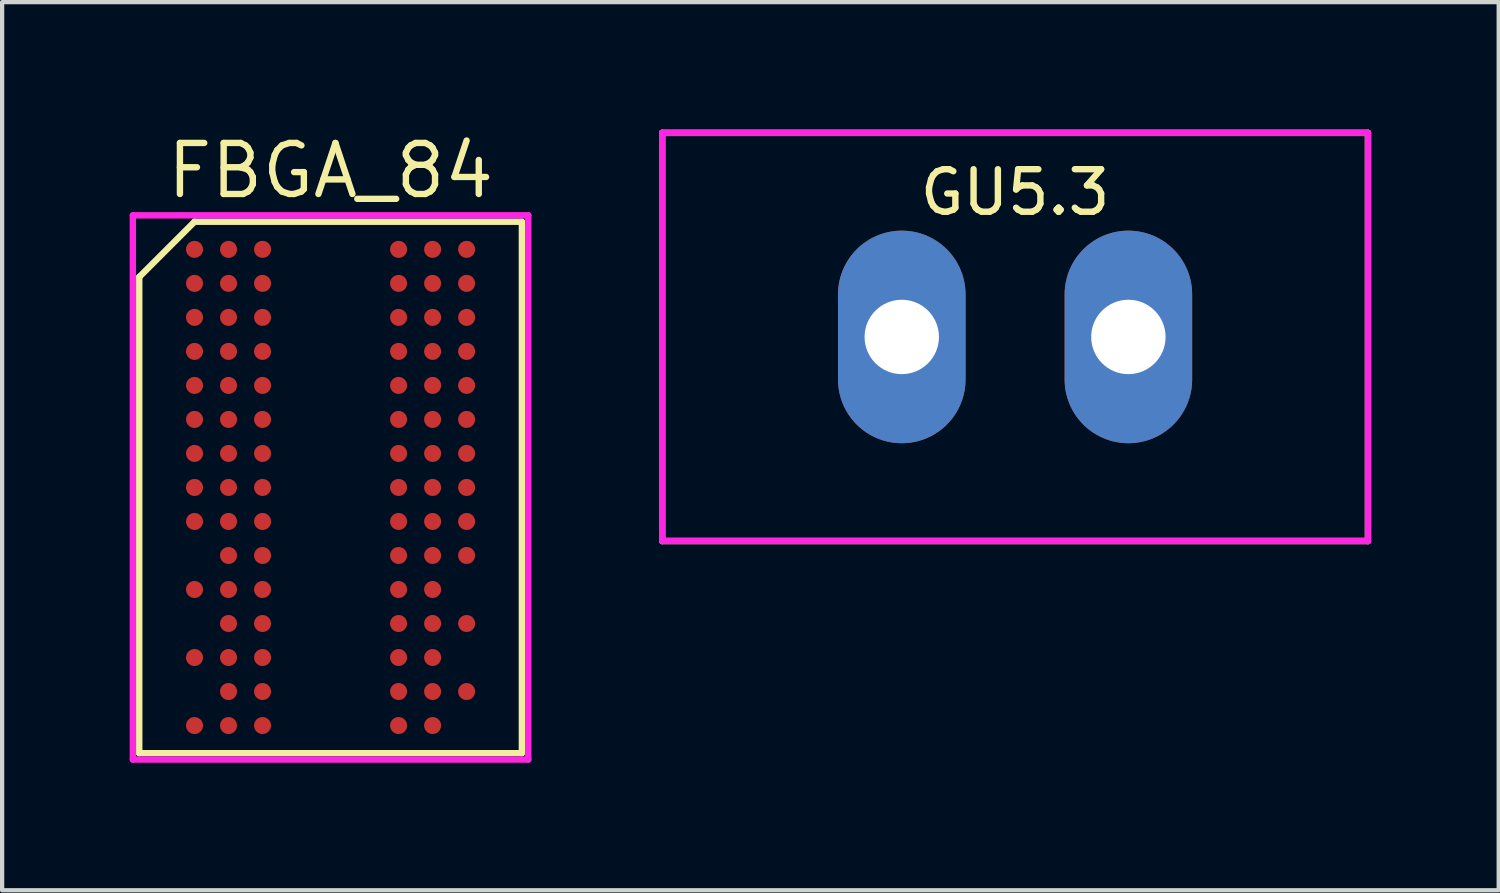
<source format=kicad_pcb>
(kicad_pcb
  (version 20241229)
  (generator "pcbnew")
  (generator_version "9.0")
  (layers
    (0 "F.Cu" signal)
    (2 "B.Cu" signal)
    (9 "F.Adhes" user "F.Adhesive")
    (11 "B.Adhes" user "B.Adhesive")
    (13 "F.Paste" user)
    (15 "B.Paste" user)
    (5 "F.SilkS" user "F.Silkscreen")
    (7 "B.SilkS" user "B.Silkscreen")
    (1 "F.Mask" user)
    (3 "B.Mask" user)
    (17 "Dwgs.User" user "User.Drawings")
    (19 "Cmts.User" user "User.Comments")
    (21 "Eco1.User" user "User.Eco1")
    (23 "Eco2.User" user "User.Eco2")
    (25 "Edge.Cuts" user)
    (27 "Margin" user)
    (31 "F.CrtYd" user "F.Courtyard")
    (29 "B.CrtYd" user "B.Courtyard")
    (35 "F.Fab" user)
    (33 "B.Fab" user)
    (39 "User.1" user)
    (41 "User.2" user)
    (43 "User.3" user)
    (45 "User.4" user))
  (footprint "FBGA_84"
    (layer "F.Cu")
    (at 4.725 8.415)
    (property "Reference" "FBGA_84" (at 0 -7.45 0) (layer "F.SilkS") (effects (font (size 1.2 1.2) (thickness 0.15))))
    (attr through_hole)
    (fp_line (start -4.5 -4.95) (end -4.5 6.25) (stroke (width 0.15) (type solid)) (layer "F.SilkS"))
    (fp_line (start -4.5 6.25) (end 4.5 6.25) (stroke (width 0.15) (type solid)) (layer "F.SilkS"))
    (fp_line (start -3.2 -6.25) (end -4.5 -4.95) (stroke (width 0.15) (type solid)) (layer "F.SilkS"))
    (fp_line (start 4.5 -6.25) (end -3.2 -6.25) (stroke (width 0.15) (type solid)) (layer "F.SilkS"))
    (fp_line (start 4.5 6.25) (end 4.5 -6.25) (stroke (width 0.15) (type solid)) (layer "F.SilkS"))
    (fp_line (start -4.65 -6.4) (end 4.65 -6.4) (stroke (width 0.15) (type solid)) (layer "F.CrtYd"))
    (fp_line (start -4.65 6.4) (end -4.65 -6.4) (stroke (width 0.15) (type solid)) (layer "F.CrtYd"))
    (fp_line (start 4.65 -6.4) (end 4.65 6.4) (stroke (width 0.15) (type solid)) (layer "F.CrtYd"))
    (fp_line (start 4.65 6.4) (end -4.65 6.4) (stroke (width 0.15) (type solid)) (layer "F.CrtYd"))
    (pad "A1" smd circle (at -3.2 -5.6) (size 0.4 0.4) (layers "F.Cu" "F.Mask" "F.Paste"))
    (pad "A2" smd circle (at -2.4 -5.6) (size 0.4 0.4) (layers "F.Cu" "F.Mask" "F.Paste"))
    (pad "A3" smd circle (at -1.6 -5.6) (size 0.4 0.4) (layers "F.Cu" "F.Mask" "F.Paste"))
    (pad "A7" smd circle (at 1.6 -5.6) (size 0.4 0.4) (layers "F.Cu" "F.Mask" "F.Paste"))
    (pad "A8" smd circle (at 2.4 -5.6) (size 0.4 0.4) (layers "F.Cu" "F.Mask" "F.Paste"))
    (pad "A9" smd circle (at 3.2 -5.6) (size 0.4 0.4) (layers "F.Cu" "F.Mask" "F.Paste"))
    (pad "B1" smd circle (at -3.2 -4.8) (size 0.4 0.4) (layers "F.Cu" "F.Mask" "F.Paste"))
    (pad "B2" smd circle (at -2.4 -4.8) (size 0.4 0.4) (layers "F.Cu" "F.Mask" "F.Paste"))
    (pad "B3" smd circle (at -1.6 -4.8) (size 0.4 0.4) (layers "F.Cu" "F.Mask" "F.Paste"))
    (pad "B7" smd circle (at 1.6 -4.8) (size 0.4 0.4) (layers "F.Cu" "F.Mask" "F.Paste"))
    (pad "B8" smd circle (at 2.4 -4.8) (size 0.4 0.4) (layers "F.Cu" "F.Mask" "F.Paste"))
    (pad "B9" smd circle (at 3.2 -4.8) (size 0.4 0.4) (layers "F.Cu" "F.Mask" "F.Paste"))
    (pad "C1" smd circle (at -3.2 -4) (size 0.4 0.4) (layers "F.Cu" "F.Mask" "F.Paste"))
    (pad "C2" smd circle (at -2.4 -4) (size 0.4 0.4) (layers "F.Cu" "F.Mask" "F.Paste"))
    (pad "C3" smd circle (at -1.6 -4) (size 0.4 0.4) (layers "F.Cu" "F.Mask" "F.Paste"))
    (pad "C7" smd circle (at 1.6 -4) (size 0.4 0.4) (layers "F.Cu" "F.Mask" "F.Paste"))
    (pad "C8" smd circle (at 2.4 -4) (size 0.4 0.4) (layers "F.Cu" "F.Mask" "F.Paste"))
    (pad "C9" smd circle (at 3.2 -4) (size 0.4 0.4) (layers "F.Cu" "F.Mask" "F.Paste"))
    (pad "D1" smd circle (at -3.2 -3.2) (size 0.4 0.4) (layers "F.Cu" "F.Mask" "F.Paste"))
    (pad "D2" smd circle (at -2.4 -3.2) (size 0.4 0.4) (layers "F.Cu" "F.Mask" "F.Paste"))
    (pad "D3" smd circle (at -1.6 -3.2) (size 0.4 0.4) (layers "F.Cu" "F.Mask" "F.Paste"))
    (pad "D7" smd circle (at 1.6 -3.2) (size 0.4 0.4) (layers "F.Cu" "F.Mask" "F.Paste"))
    (pad "D8" smd circle (at 2.4 -3.2) (size 0.4 0.4) (layers "F.Cu" "F.Mask" "F.Paste"))
    (pad "D9" smd circle (at 3.2 -3.2) (size 0.4 0.4) (layers "F.Cu" "F.Mask" "F.Paste"))
    (pad "E1" smd circle (at -3.2 -2.4) (size 0.4 0.4) (layers "F.Cu" "F.Mask" "F.Paste"))
    (pad "E2" smd circle (at -2.4 -2.4) (size 0.4 0.4) (layers "F.Cu" "F.Mask" "F.Paste"))
    (pad "E3" smd circle (at -1.6 -2.4) (size 0.4 0.4) (layers "F.Cu" "F.Mask" "F.Paste"))
    (pad "E7" smd circle (at 1.6 -2.4) (size 0.4 0.4) (layers "F.Cu" "F.Mask" "F.Paste"))
    (pad "E8" smd circle (at 2.4 -2.4) (size 0.4 0.4) (layers "F.Cu" "F.Mask" "F.Paste"))
    (pad "E9" smd circle (at 3.2 -2.4) (size 0.4 0.4) (layers "F.Cu" "F.Mask" "F.Paste"))
    (pad "F1" smd circle (at -3.2 -1.6) (size 0.4 0.4) (layers "F.Cu" "F.Mask" "F.Paste"))
    (pad "F2" smd circle (at -2.4 -1.6) (size 0.4 0.4) (layers "F.Cu" "F.Mask" "F.Paste"))
    (pad "F3" smd circle (at -1.6 -1.6) (size 0.4 0.4) (layers "F.Cu" "F.Mask" "F.Paste"))
    (pad "F7" smd circle (at 1.6 -1.6) (size 0.4 0.4) (layers "F.Cu" "F.Mask" "F.Paste"))
    (pad "F8" smd circle (at 2.4 -1.6) (size 0.4 0.4) (layers "F.Cu" "F.Mask" "F.Paste"))
    (pad "F9" smd circle (at 3.2 -1.6) (size 0.4 0.4) (layers "F.Cu" "F.Mask" "F.Paste"))
    (pad "G1" smd circle (at -3.2 -0.8) (size 0.4 0.4) (layers "F.Cu" "F.Mask" "F.Paste"))
    (pad "G2" smd circle (at -2.4 -0.8) (size 0.4 0.4) (layers "F.Cu" "F.Mask" "F.Paste"))
    (pad "G3" smd circle (at -1.6 -0.8) (size 0.4 0.4) (layers "F.Cu" "F.Mask" "F.Paste"))
    (pad "G7" smd circle (at 1.6 -0.8) (size 0.4 0.4) (layers "F.Cu" "F.Mask" "F.Paste"))
    (pad "G8" smd circle (at 2.4 -0.8) (size 0.4 0.4) (layers "F.Cu" "F.Mask" "F.Paste"))
    (pad "G9" smd circle (at 3.2 -0.8) (size 0.4 0.4) (layers "F.Cu" "F.Mask" "F.Paste"))
    (pad "H1" smd circle (at -3.2 0) (size 0.4 0.4) (layers "F.Cu" "F.Mask" "F.Paste"))
    (pad "H2" smd circle (at -2.4 0) (size 0.4 0.4) (layers "F.Cu" "F.Mask" "F.Paste"))
    (pad "H3" smd circle (at -1.6 0) (size 0.4 0.4) (layers "F.Cu" "F.Mask" "F.Paste"))
    (pad "H7" smd circle (at 1.6 0) (size 0.4 0.4) (layers "F.Cu" "F.Mask" "F.Paste"))
    (pad "H8" smd circle (at 2.4 0) (size 0.4 0.4) (layers "F.Cu" "F.Mask" "F.Paste"))
    (pad "H9" smd circle (at 3.2 0) (size 0.4 0.4) (layers "F.Cu" "F.Mask" "F.Paste"))
    (pad "J1" smd circle (at -3.2 0.8) (size 0.4 0.4) (layers "F.Cu" "F.Mask" "F.Paste"))
    (pad "J2" smd circle (at -2.4 0.8) (size 0.4 0.4) (layers "F.Cu" "F.Mask" "F.Paste"))
    (pad "J3" smd circle (at -1.6 0.8) (size 0.4 0.4) (layers "F.Cu" "F.Mask" "F.Paste"))
    (pad "J7" smd circle (at 1.6 0.8) (size 0.4 0.4) (layers "F.Cu" "F.Mask" "F.Paste"))
    (pad "J8" smd circle (at 2.4 0.8) (size 0.4 0.4) (layers "F.Cu" "F.Mask" "F.Paste"))
    (pad "J9" smd circle (at 3.2 0.8) (size 0.4 0.4) (layers "F.Cu" "F.Mask" "F.Paste"))
    (pad "K2" smd circle (at -2.4 1.6) (size 0.4 0.4) (layers "F.Cu" "F.Mask" "F.Paste"))
    (pad "K3" smd circle (at -1.6 1.6) (size 0.4 0.4) (layers "F.Cu" "F.Mask" "F.Paste"))
    (pad "K7" smd circle (at 1.6 1.6) (size 0.4 0.4) (layers "F.Cu" "F.Mask" "F.Paste"))
    (pad "K8" smd circle (at 2.4 1.6) (size 0.4 0.4) (layers "F.Cu" "F.Mask" "F.Paste"))
    (pad "K9" smd circle (at 3.2 1.6) (size 0.4 0.4) (layers "F.Cu" "F.Mask" "F.Paste"))
    (pad "L1" smd circle (at -3.2 2.4) (size 0.4 0.4) (layers "F.Cu" "F.Mask" "F.Paste"))
    (pad "L2" smd circle (at -2.4 2.4) (size 0.4 0.4) (layers "F.Cu" "F.Mask" "F.Paste"))
    (pad "L3" smd circle (at -1.6 2.4) (size 0.4 0.4) (layers "F.Cu" "F.Mask" "F.Paste"))
    (pad "L7" smd circle (at 1.6 2.4) (size 0.4 0.4) (layers "F.Cu" "F.Mask" "F.Paste"))
    (pad "L8" smd circle (at 2.4 2.4) (size 0.4 0.4) (layers "F.Cu" "F.Mask" "F.Paste"))
    (pad "M2" smd circle (at -2.4 3.2) (size 0.4 0.4) (layers "F.Cu" "F.Mask" "F.Paste"))
    (pad "M3" smd circle (at -1.6 3.2) (size 0.4 0.4) (layers "F.Cu" "F.Mask" "F.Paste"))
    (pad "M7" smd circle (at 1.6 3.2) (size 0.4 0.4) (layers "F.Cu" "F.Mask" "F.Paste"))
    (pad "M8" smd circle (at 2.4 3.2) (size 0.4 0.4) (layers "F.Cu" "F.Mask" "F.Paste"))
    (pad "M9" smd circle (at 3.2 3.2) (size 0.4 0.4) (layers "F.Cu" "F.Mask" "F.Paste"))
    (pad "N1" smd circle (at -3.2 4) (size 0.4 0.4) (layers "F.Cu" "F.Mask" "F.Paste"))
    (pad "N2" smd circle (at -2.4 4) (size 0.4 0.4) (layers "F.Cu" "F.Mask" "F.Paste"))
    (pad "N3" smd circle (at -1.6 4) (size 0.4 0.4) (layers "F.Cu" "F.Mask" "F.Paste"))
    (pad "N7" smd circle (at 1.6 4) (size 0.4 0.4) (layers "F.Cu" "F.Mask" "F.Paste"))
    (pad "N8" smd circle (at 2.4 4) (size 0.4 0.4) (layers "F.Cu" "F.Mask" "F.Paste"))
    (pad "P2" smd circle (at -2.4 4.8) (size 0.4 0.4) (layers "F.Cu" "F.Mask" "F.Paste"))
    (pad "P3" smd circle (at -1.6 4.8) (size 0.4 0.4) (layers "F.Cu" "F.Mask" "F.Paste"))
    (pad "P7" smd circle (at 1.6 4.8) (size 0.4 0.4) (layers "F.Cu" "F.Mask" "F.Paste"))
    (pad "P8" smd circle (at 2.4 4.8) (size 0.4 0.4) (layers "F.Cu" "F.Mask" "F.Paste"))
    (pad "P9" smd circle (at 3.2 4.8) (size 0.4 0.4) (layers "F.Cu" "F.Mask" "F.Paste"))
    (pad "R1" smd circle (at -3.2 5.6) (size 0.4 0.4) (layers "F.Cu" "F.Mask" "F.Paste"))
    (pad "R2" smd circle (at -2.4 5.6) (size 0.4 0.4) (layers "F.Cu" "F.Mask" "F.Paste"))
    (pad "R3" smd circle (at -1.6 5.6) (size 0.4 0.4) (layers "F.Cu" "F.Mask" "F.Paste"))
    (pad "R7" smd circle (at 1.6 5.6) (size 0.4 0.4) (layers "F.Cu" "F.Mask" "F.Paste"))
    (pad "R8" smd circle (at 2.4 5.6) (size 0.4 0.4) (layers "F.Cu" "F.Mask" "F.Paste")))
  (footprint "GU5.3"
    (layer "F.Cu")
    (at 20.825 4.875)
    (property "Reference" "GU5.3" (at 0 -3.4 0) (layer "F.SilkS") (effects (font (size 1 1) (thickness 0.15))))
    (attr through_hole)
    (fp_line (start -8.3 -4.8) (end -8.3 4.8) (stroke (width 0.15) (type solid)) (layer "F.SilkS"))
    (fp_line (start -8.3 -4.8) (end 8.3 -4.8) (stroke (width 0.15) (type solid)) (layer "F.SilkS"))
    (fp_line (start -8.3 4.8) (end 8.3 4.8) (stroke (width 0.15) (type solid)) (layer "F.SilkS"))
    (fp_line (start 8.3 -4.8) (end 8.3 4.8) (stroke (width 0.15) (type solid)) (layer "F.SilkS"))
    (fp_line (start -8.3 -4.8) (end 8.3 -4.8) (stroke (width 0.15) (type solid)) (layer "F.CrtYd"))
    (fp_line (start -8.3 4.8) (end -8.3 -4.8) (stroke (width 0.15) (type solid)) (layer "F.CrtYd"))
    (fp_line (start 8.3 -4.8) (end 8.3 4.8) (stroke (width 0.15) (type solid)) (layer "F.CrtYd"))
    (fp_line (start 8.3 4.8) (end -8.3 4.8) (stroke (width 0.15) (type solid)) (layer "F.CrtYd"))
    (pad "1" thru_hole oval (at -2.665 0) (size 3 5) (drill 1.75) (layers "*.Cu" "*.Mask"))
    (pad "2" thru_hole oval (at 2.665 0) (size 3 5) (drill 1.75) (layers "*.Cu" "*.Mask")))
  (gr_rect
    (start -3 -3)
    (end 32.2 17.89)
    (stroke (width 0.1) (type default))
    (fill no)
    (layer "Edge.Cuts")))
</source>
